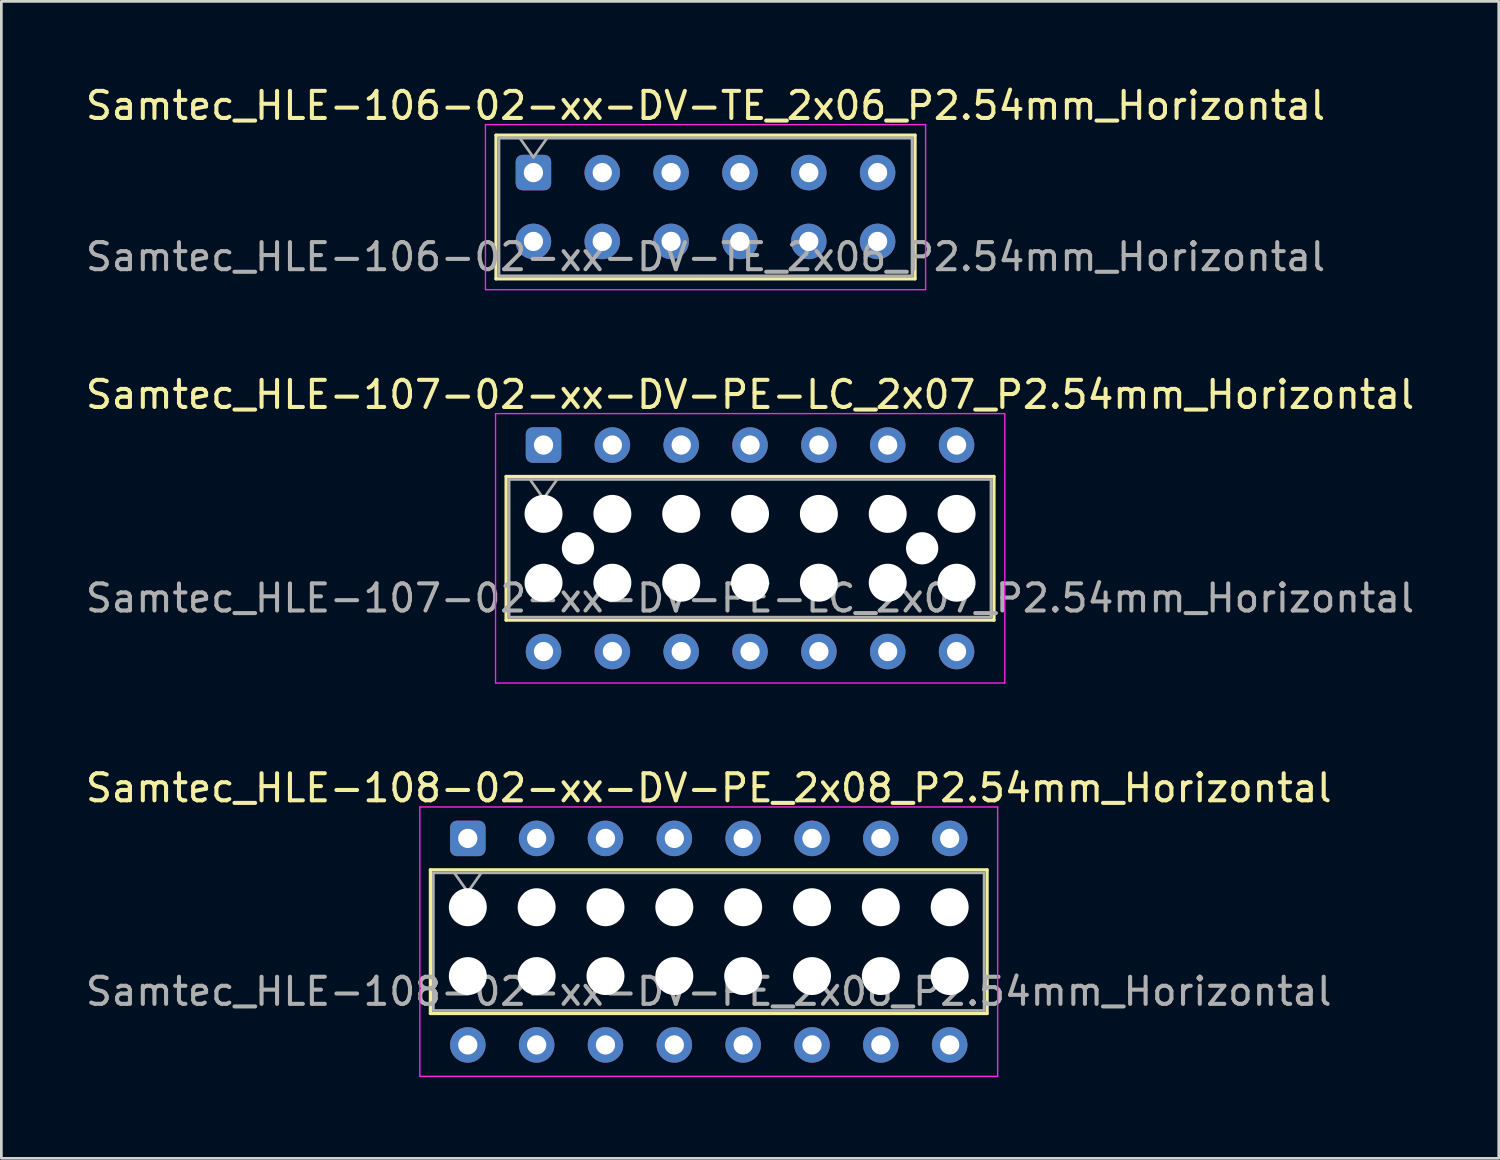
<source format=kicad_pcb>
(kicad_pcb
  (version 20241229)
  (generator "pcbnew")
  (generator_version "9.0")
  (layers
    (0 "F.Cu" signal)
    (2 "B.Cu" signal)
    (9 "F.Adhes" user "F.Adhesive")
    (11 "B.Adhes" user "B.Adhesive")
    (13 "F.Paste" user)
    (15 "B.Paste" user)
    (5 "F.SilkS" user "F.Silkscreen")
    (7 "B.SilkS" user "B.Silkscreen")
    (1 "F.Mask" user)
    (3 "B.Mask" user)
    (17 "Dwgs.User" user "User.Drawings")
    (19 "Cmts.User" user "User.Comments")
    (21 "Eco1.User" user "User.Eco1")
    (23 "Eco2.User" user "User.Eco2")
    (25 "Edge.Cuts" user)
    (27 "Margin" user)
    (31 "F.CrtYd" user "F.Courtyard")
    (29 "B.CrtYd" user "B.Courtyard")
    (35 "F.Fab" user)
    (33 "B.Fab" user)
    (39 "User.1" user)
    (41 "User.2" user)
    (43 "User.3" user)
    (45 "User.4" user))
  (footprint "Samtec_HLE-107-02-xx-DV-PE-LC_2x07_P2.54mm_Horizontal"
    (layer "F.Cu")
    (at 17.005 13.371)
    (property "Reference" "Samtec_HLE-107-02-xx-DV-PE-LC_2x07_P2.54mm_Horizontal" (at 7.62 -1.86 0) (layer "F.SilkS") (effects (font (size 1 1) (thickness 0.15))))
    (attr through_hole)
    (fp_line (start -1.38 1.16) (end 16.62 1.16) (stroke (width 0.12) (type solid)) (layer "F.SilkS"))
    (fp_line (start -1.38 6.46) (end -1.38 1.16) (stroke (width 0.12) (type solid)) (layer "F.SilkS"))
    (fp_line (start 16.62 1.16) (end 16.62 6.46) (stroke (width 0.12) (type solid)) (layer "F.SilkS"))
    (fp_line (start 16.62 6.46) (end -1.38 6.46) (stroke (width 0.12) (type solid)) (layer "F.SilkS"))
    (fp_line (start -1.77 -1.16) (end 17.02 -1.16) (stroke (width 0.05) (type solid)) (layer "F.CrtYd"))
    (fp_line (start -1.77 8.78) (end -1.77 -1.16) (stroke (width 0.05) (type solid)) (layer "F.CrtYd"))
    (fp_line (start 17.02 -1.16) (end 17.02 8.78) (stroke (width 0.05) (type solid)) (layer "F.CrtYd"))
    (fp_line (start 17.02 8.78) (end -1.77 8.78) (stroke (width 0.05) (type solid)) (layer "F.CrtYd"))
    (fp_line (start -1.27 1.27) (end 16.51 1.27) (stroke (width 0.1) (type solid)) (layer "F.Fab"))
    (fp_line (start -1.27 6.35) (end -1.27 1.27) (stroke (width 0.1) (type solid)) (layer "F.Fab"))
    (fp_line (start -0.5 1.27) (end 0 1.977) (stroke (width 0.1) (type solid)) (layer "F.Fab"))
    (fp_line (start 0 1.977) (end 0.5 1.27) (stroke (width 0.1) (type solid)) (layer "F.Fab"))
    (fp_line (start 16.51 1.27) (end 16.51 6.35) (stroke (width 0.1) (type solid)) (layer "F.Fab"))
    (fp_line (start 16.51 6.35) (end -1.27 6.35) (stroke (width 0.1) (type solid)) (layer "F.Fab"))
    (fp_text user "${REFERENCE}" (at 7.62 5.65 0) (layer "F.Fab") (effects (font (size 1 1) (thickness 0.15))))
    (pad "" np_thru_hole circle (at 0 2.54) (size 1.4 1.4) (drill 1.4) (layers "*.Cu" "*.Mask"))
    (pad "" np_thru_hole circle (at 0 5.08) (size 1.4 1.4) (drill 1.4) (layers "*.Cu" "*.Mask"))
    (pad "" np_thru_hole circle (at 1.27 3.81) (size 1.19 1.19) (drill 1.19) (layers "*.Cu" "*.Mask"))
    (pad "" np_thru_hole circle (at 2.54 2.54) (size 1.4 1.4) (drill 1.4) (layers "*.Cu" "*.Mask"))
    (pad "" np_thru_hole circle (at 2.54 5.08) (size 1.4 1.4) (drill 1.4) (layers "*.Cu" "*.Mask"))
    (pad "" np_thru_hole circle (at 5.08 2.54) (size 1.4 1.4) (drill 1.4) (layers "*.Cu" "*.Mask"))
    (pad "" np_thru_hole circle (at 5.08 5.08) (size 1.4 1.4) (drill 1.4) (layers "*.Cu" "*.Mask"))
    (pad "" np_thru_hole circle (at 7.62 2.54) (size 1.4 1.4) (drill 1.4) (layers "*.Cu" "*.Mask"))
    (pad "" np_thru_hole circle (at 7.62 5.08) (size 1.4 1.4) (drill 1.4) (layers "*.Cu" "*.Mask"))
    (pad "" np_thru_hole circle (at 10.16 2.54) (size 1.4 1.4) (drill 1.4) (layers "*.Cu" "*.Mask"))
    (pad "" np_thru_hole circle (at 10.16 5.08) (size 1.4 1.4) (drill 1.4) (layers "*.Cu" "*.Mask"))
    (pad "" np_thru_hole circle (at 12.7 2.54) (size 1.4 1.4) (drill 1.4) (layers "*.Cu" "*.Mask"))
    (pad "" np_thru_hole circle (at 12.7 5.08) (size 1.4 1.4) (drill 1.4) (layers "*.Cu" "*.Mask"))
    (pad "" np_thru_hole circle (at 13.97 3.81) (size 1.19 1.19) (drill 1.19) (layers "*.Cu" "*.Mask"))
    (pad "" np_thru_hole circle (at 15.24 2.54) (size 1.4 1.4) (drill 1.4) (layers "*.Cu" "*.Mask"))
    (pad "" np_thru_hole circle (at 15.24 5.08) (size 1.4 1.4) (drill 1.4) (layers "*.Cu" "*.Mask"))
    (pad "1" thru_hole roundrect (at 0 0) (size 1.31 1.31) (drill 0.71) (layers "*.Cu" "*.Mask") (roundrect_rratio 0.191))
    (pad "2" thru_hole circle (at 0 7.62) (size 1.31 1.31) (drill 0.71) (layers "*.Cu" "*.Mask"))
    (pad "3" thru_hole circle (at 2.54 0) (size 1.31 1.31) (drill 0.71) (layers "*.Cu" "*.Mask"))
    (pad "4" thru_hole circle (at 2.54 7.62) (size 1.31 1.31) (drill 0.71) (layers "*.Cu" "*.Mask"))
    (pad "5" thru_hole circle (at 5.08 0) (size 1.31 1.31) (drill 0.71) (layers "*.Cu" "*.Mask"))
    (pad "6" thru_hole circle (at 5.08 7.62) (size 1.31 1.31) (drill 0.71) (layers "*.Cu" "*.Mask"))
    (pad "7" thru_hole circle (at 7.62 0) (size 1.31 1.31) (drill 0.71) (layers "*.Cu" "*.Mask"))
    (pad "8" thru_hole circle (at 7.62 7.62) (size 1.31 1.31) (drill 0.71) (layers "*.Cu" "*.Mask"))
    (pad "9" thru_hole circle (at 10.16 0) (size 1.31 1.31) (drill 0.71) (layers "*.Cu" "*.Mask"))
    (pad "10" thru_hole circle (at 10.16 7.62) (size 1.31 1.31) (drill 0.71) (layers "*.Cu" "*.Mask"))
    (pad "11" thru_hole circle (at 12.7 0) (size 1.31 1.31) (drill 0.71) (layers "*.Cu" "*.Mask"))
    (pad "12" thru_hole circle (at 12.7 7.62) (size 1.31 1.31) (drill 0.71) (layers "*.Cu" "*.Mask"))
    (pad "13" thru_hole circle (at 15.24 0) (size 1.31 1.31) (drill 0.71) (layers "*.Cu" "*.Mask"))
    (pad "14" thru_hole circle (at 15.24 7.62) (size 1.31 1.31) (drill 0.71) (layers "*.Cu" "*.Mask")))
  (footprint "Samtec_HLE-108-02-xx-DV-PE_2x08_P2.54mm_Horizontal"
    (layer "F.Cu")
    (at 14.211 27.885)
    (property "Reference" "Samtec_HLE-108-02-xx-DV-PE_2x08_P2.54mm_Horizontal" (at 8.89 -1.86 0) (layer "F.SilkS") (effects (font (size 1 1) (thickness 0.15))))
    (attr through_hole)
    (fp_line (start -1.38 1.16) (end 19.16 1.16) (stroke (width 0.12) (type solid)) (layer "F.SilkS"))
    (fp_line (start -1.38 6.46) (end -1.38 1.16) (stroke (width 0.12) (type solid)) (layer "F.SilkS"))
    (fp_line (start 19.16 1.16) (end 19.16 6.46) (stroke (width 0.12) (type solid)) (layer "F.SilkS"))
    (fp_line (start 19.16 6.46) (end -1.38 6.46) (stroke (width 0.12) (type solid)) (layer "F.SilkS"))
    (fp_line (start -1.77 -1.16) (end 19.55 -1.16) (stroke (width 0.05) (type solid)) (layer "F.CrtYd"))
    (fp_line (start -1.77 8.78) (end -1.77 -1.16) (stroke (width 0.05) (type solid)) (layer "F.CrtYd"))
    (fp_line (start 19.55 -1.16) (end 19.55 8.78) (stroke (width 0.05) (type solid)) (layer "F.CrtYd"))
    (fp_line (start 19.55 8.78) (end -1.77 8.78) (stroke (width 0.05) (type solid)) (layer "F.CrtYd"))
    (fp_line (start -1.27 1.27) (end 19.05 1.27) (stroke (width 0.1) (type solid)) (layer "F.Fab"))
    (fp_line (start -1.27 6.35) (end -1.27 1.27) (stroke (width 0.1) (type solid)) (layer "F.Fab"))
    (fp_line (start -0.5 1.27) (end 0 1.977) (stroke (width 0.1) (type solid)) (layer "F.Fab"))
    (fp_line (start 0 1.977) (end 0.5 1.27) (stroke (width 0.1) (type solid)) (layer "F.Fab"))
    (fp_line (start 19.05 1.27) (end 19.05 6.35) (stroke (width 0.1) (type solid)) (layer "F.Fab"))
    (fp_line (start 19.05 6.35) (end -1.27 6.35) (stroke (width 0.1) (type solid)) (layer "F.Fab"))
    (fp_text user "${REFERENCE}" (at 8.89 5.65 0) (layer "F.Fab") (effects (font (size 1 1) (thickness 0.15))))
    (pad "" np_thru_hole circle (at 0 2.54) (size 1.4 1.4) (drill 1.4) (layers "*.Cu" "*.Mask"))
    (pad "" np_thru_hole circle (at 0 5.08) (size 1.4 1.4) (drill 1.4) (layers "*.Cu" "*.Mask"))
    (pad "" np_thru_hole circle (at 2.54 2.54) (size 1.4 1.4) (drill 1.4) (layers "*.Cu" "*.Mask"))
    (pad "" np_thru_hole circle (at 2.54 5.08) (size 1.4 1.4) (drill 1.4) (layers "*.Cu" "*.Mask"))
    (pad "" np_thru_hole circle (at 5.08 2.54) (size 1.4 1.4) (drill 1.4) (layers "*.Cu" "*.Mask"))
    (pad "" np_thru_hole circle (at 5.08 5.08) (size 1.4 1.4) (drill 1.4) (layers "*.Cu" "*.Mask"))
    (pad "" np_thru_hole circle (at 7.62 2.54) (size 1.4 1.4) (drill 1.4) (layers "*.Cu" "*.Mask"))
    (pad "" np_thru_hole circle (at 7.62 5.08) (size 1.4 1.4) (drill 1.4) (layers "*.Cu" "*.Mask"))
    (pad "" np_thru_hole circle (at 10.16 2.54) (size 1.4 1.4) (drill 1.4) (layers "*.Cu" "*.Mask"))
    (pad "" np_thru_hole circle (at 10.16 5.08) (size 1.4 1.4) (drill 1.4) (layers "*.Cu" "*.Mask"))
    (pad "" np_thru_hole circle (at 12.7 2.54) (size 1.4 1.4) (drill 1.4) (layers "*.Cu" "*.Mask"))
    (pad "" np_thru_hole circle (at 12.7 5.08) (size 1.4 1.4) (drill 1.4) (layers "*.Cu" "*.Mask"))
    (pad "" np_thru_hole circle (at 15.24 2.54) (size 1.4 1.4) (drill 1.4) (layers "*.Cu" "*.Mask"))
    (pad "" np_thru_hole circle (at 15.24 5.08) (size 1.4 1.4) (drill 1.4) (layers "*.Cu" "*.Mask"))
    (pad "" np_thru_hole circle (at 17.78 2.54) (size 1.4 1.4) (drill 1.4) (layers "*.Cu" "*.Mask"))
    (pad "" np_thru_hole circle (at 17.78 5.08) (size 1.4 1.4) (drill 1.4) (layers "*.Cu" "*.Mask"))
    (pad "1" thru_hole roundrect (at 0 0) (size 1.31 1.31) (drill 0.71) (layers "*.Cu" "*.Mask") (roundrect_rratio 0.191))
    (pad "2" thru_hole circle (at 0 7.62) (size 1.31 1.31) (drill 0.71) (layers "*.Cu" "*.Mask"))
    (pad "3" thru_hole circle (at 2.54 0) (size 1.31 1.31) (drill 0.71) (layers "*.Cu" "*.Mask"))
    (pad "4" thru_hole circle (at 2.54 7.62) (size 1.31 1.31) (drill 0.71) (layers "*.Cu" "*.Mask"))
    (pad "5" thru_hole circle (at 5.08 0) (size 1.31 1.31) (drill 0.71) (layers "*.Cu" "*.Mask"))
    (pad "6" thru_hole circle (at 5.08 7.62) (size 1.31 1.31) (drill 0.71) (layers "*.Cu" "*.Mask"))
    (pad "7" thru_hole circle (at 7.62 0) (size 1.31 1.31) (drill 0.71) (layers "*.Cu" "*.Mask"))
    (pad "8" thru_hole circle (at 7.62 7.62) (size 1.31 1.31) (drill 0.71) (layers "*.Cu" "*.Mask"))
    (pad "9" thru_hole circle (at 10.16 0) (size 1.31 1.31) (drill 0.71) (layers "*.Cu" "*.Mask"))
    (pad "10" thru_hole circle (at 10.16 7.62) (size 1.31 1.31) (drill 0.71) (layers "*.Cu" "*.Mask"))
    (pad "11" thru_hole circle (at 12.7 0) (size 1.31 1.31) (drill 0.71) (layers "*.Cu" "*.Mask"))
    (pad "12" thru_hole circle (at 12.7 7.62) (size 1.31 1.31) (drill 0.71) (layers "*.Cu" "*.Mask"))
    (pad "13" thru_hole circle (at 15.24 0) (size 1.31 1.31) (drill 0.71) (layers "*.Cu" "*.Mask"))
    (pad "14" thru_hole circle (at 15.24 7.62) (size 1.31 1.31) (drill 0.71) (layers "*.Cu" "*.Mask"))
    (pad "15" thru_hole circle (at 17.78 0) (size 1.31 1.31) (drill 0.71) (layers "*.Cu" "*.Mask"))
    (pad "16" thru_hole circle (at 17.78 7.62) (size 1.31 1.31) (drill 0.71) (layers "*.Cu" "*.Mask")))
  (footprint "Samtec_HLE-106-02-xx-DV-TE_2x06_P2.54mm_Horizontal"
    (layer "F.Cu")
    (at 16.632 3.318)
    (property "Reference" "Samtec_HLE-106-02-xx-DV-TE_2x06_P2.54mm_Horizontal" (at 6.35 -2.47 0) (layer "F.SilkS") (effects (font (size 1 1) (thickness 0.15))))
    (attr through_hole)
    (fp_line (start -1.38 -1.38) (end 14.08 -1.38) (stroke (width 0.12) (type solid)) (layer "F.SilkS"))
    (fp_line (start -1.38 3.92) (end -1.38 -1.38) (stroke (width 0.12) (type solid)) (layer "F.SilkS"))
    (fp_line (start 14.08 -1.38) (end 14.08 3.92) (stroke (width 0.12) (type solid)) (layer "F.SilkS"))
    (fp_line (start 14.08 3.92) (end -1.38 3.92) (stroke (width 0.12) (type solid)) (layer "F.SilkS"))
    (fp_line (start -1.77 -1.77) (end 14.47 -1.77) (stroke (width 0.05) (type solid)) (layer "F.CrtYd"))
    (fp_line (start -1.77 4.32) (end -1.77 -1.77) (stroke (width 0.05) (type solid)) (layer "F.CrtYd"))
    (fp_line (start 14.47 -1.77) (end 14.47 4.32) (stroke (width 0.05) (type solid)) (layer "F.CrtYd"))
    (fp_line (start 14.47 4.32) (end -1.77 4.32) (stroke (width 0.05) (type solid)) (layer "F.CrtYd"))
    (fp_line (start -1.27 -1.27) (end 13.97 -1.27) (stroke (width 0.1) (type solid)) (layer "F.Fab"))
    (fp_line (start -1.27 3.81) (end -1.27 -1.27) (stroke (width 0.1) (type solid)) (layer "F.Fab"))
    (fp_line (start -0.5 -1.27) (end 0 -0.563) (stroke (width 0.1) (type solid)) (layer "F.Fab"))
    (fp_line (start 0 -0.563) (end 0.5 -1.27) (stroke (width 0.1) (type solid)) (layer "F.Fab"))
    (fp_line (start 13.97 -1.27) (end 13.97 3.81) (stroke (width 0.1) (type solid)) (layer "F.Fab"))
    (fp_line (start 13.97 3.81) (end -1.27 3.81) (stroke (width 0.1) (type solid)) (layer "F.Fab"))
    (fp_text user "${REFERENCE}" (at 6.35 3.11 0) (layer "F.Fab") (effects (font (size 1 1) (thickness 0.15))))
    (pad "1" thru_hole roundrect (at 0 0) (size 1.31 1.31) (drill 0.71) (layers "*.Cu" "*.Mask") (roundrect_rratio 0.191))
    (pad "2" thru_hole circle (at 0 2.54) (size 1.31 1.31) (drill 0.71) (layers "*.Cu" "*.Mask"))
    (pad "3" thru_hole circle (at 2.54 0) (size 1.31 1.31) (drill 0.71) (layers "*.Cu" "*.Mask"))
    (pad "4" thru_hole circle (at 2.54 2.54) (size 1.31 1.31) (drill 0.71) (layers "*.Cu" "*.Mask"))
    (pad "5" thru_hole circle (at 5.08 0) (size 1.31 1.31) (drill 0.71) (layers "*.Cu" "*.Mask"))
    (pad "6" thru_hole circle (at 5.08 2.54) (size 1.31 1.31) (drill 0.71) (layers "*.Cu" "*.Mask"))
    (pad "7" thru_hole circle (at 7.62 0) (size 1.31 1.31) (drill 0.71) (layers "*.Cu" "*.Mask"))
    (pad "8" thru_hole circle (at 7.62 2.54) (size 1.31 1.31) (drill 0.71) (layers "*.Cu" "*.Mask"))
    (pad "9" thru_hole circle (at 10.16 0) (size 1.31 1.31) (drill 0.71) (layers "*.Cu" "*.Mask"))
    (pad "10" thru_hole circle (at 10.16 2.54) (size 1.31 1.31) (drill 0.71) (layers "*.Cu" "*.Mask"))
    (pad "11" thru_hole circle (at 12.7 0) (size 1.31 1.31) (drill 0.71) (layers "*.Cu" "*.Mask"))
    (pad "12" thru_hole circle (at 12.7 2.54) (size 1.31 1.31) (drill 0.71) (layers "*.Cu" "*.Mask")))
  (gr_rect
    (start -3 -3)
    (end 52.25 39.69)
    (stroke (width 0.1) (type default))
    (fill no)
    (layer "Edge.Cuts")))
</source>
